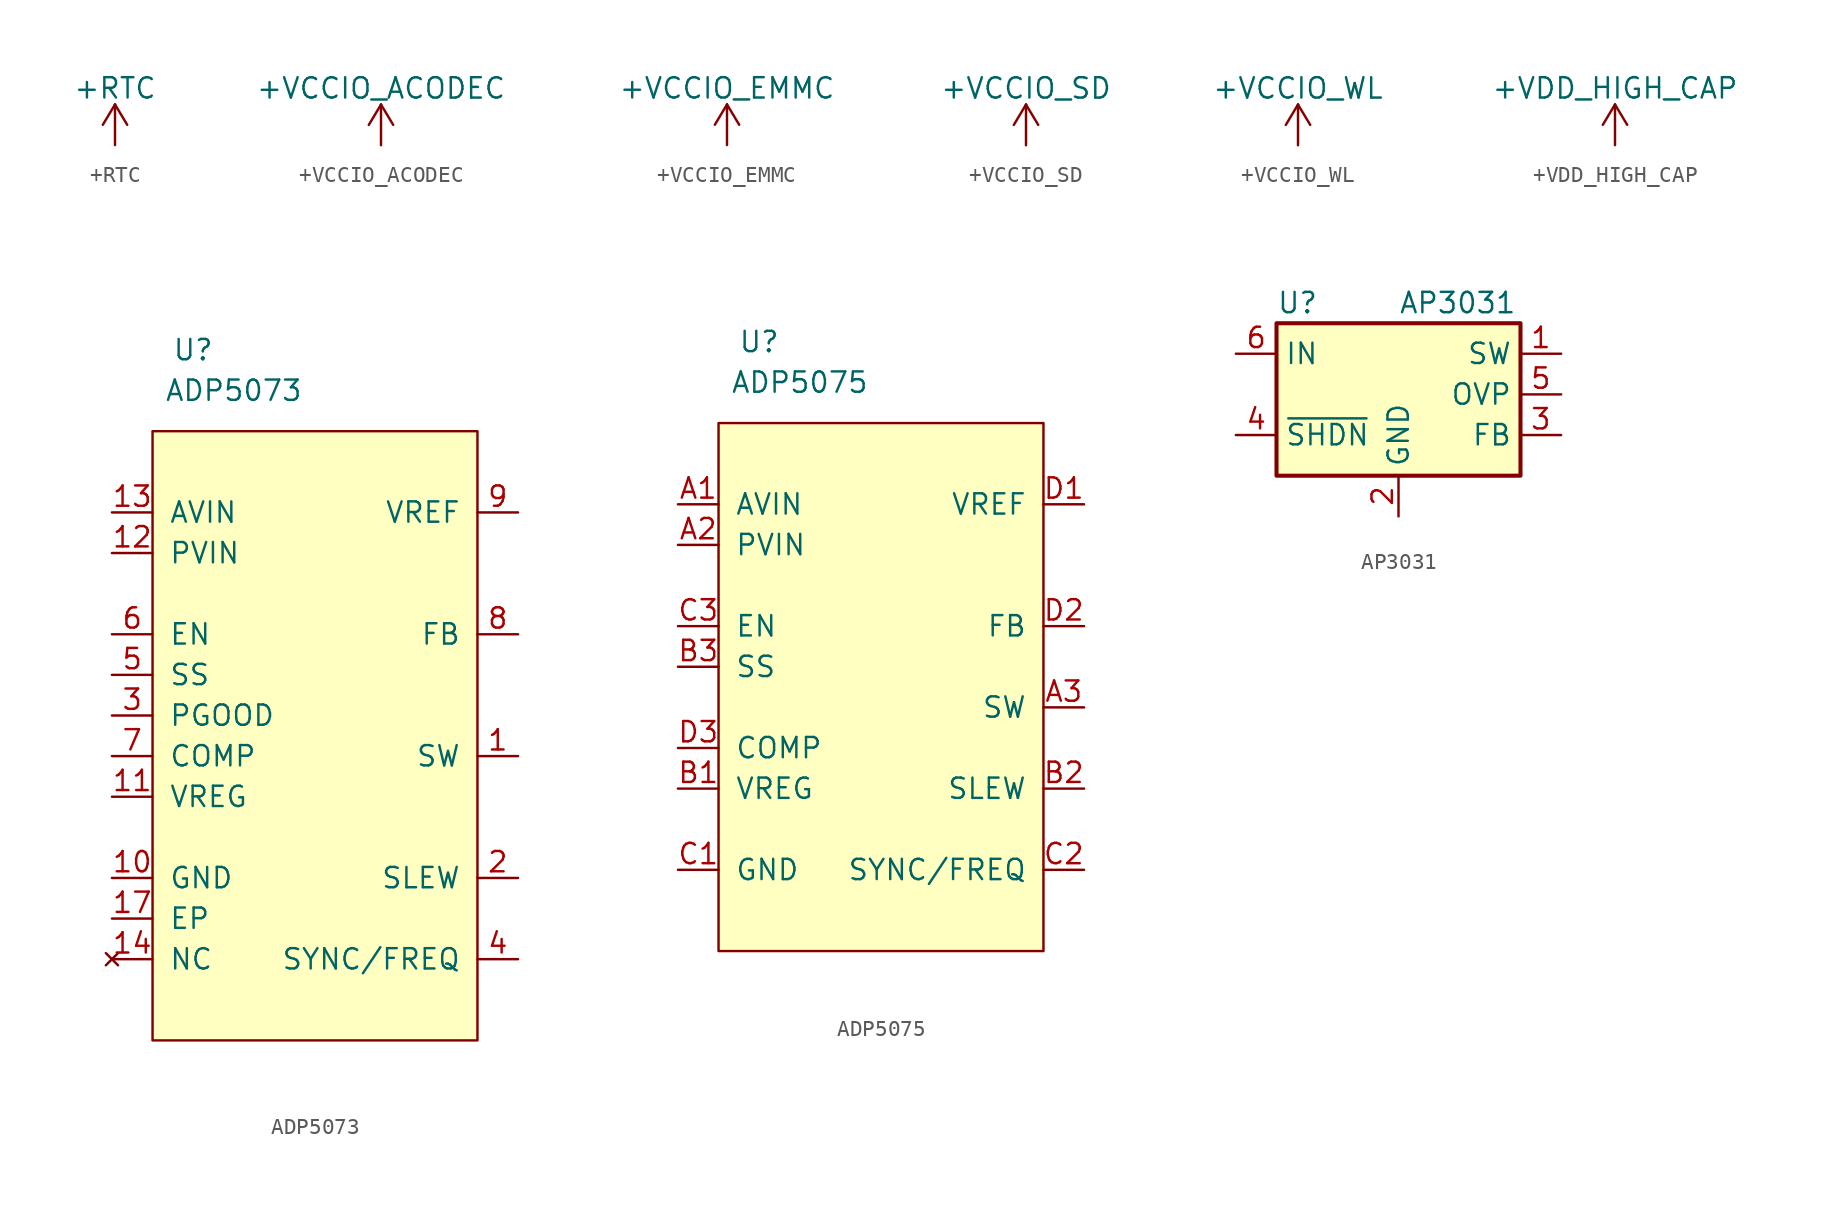
<source format=kicad_sym>
(kicad_symbol_lib
  (version 20220914)
  (generator kicad_symbol_editor)
  (symbol "+RTC"
    (power)
    (pin_names
      (offset 0))
    (property "Reference" "#PWR"
      (at 0 -3.81 0)
      (effects (font (size 1.27 1.27)) hide))
    (property "Value" "+RTC"
      (at 0 3.556 0)
      (effects (font (size 1.27 1.27))))
    (symbol "+RTC_0_1"
      (polyline (pts (xy -0.762 1.27) (xy 0 2.54)) (stroke (width 0) (type default)) (fill (type none)))
      (polyline (pts (xy 0 0) (xy 0 2.54)) (stroke (width 0) (type default)) (fill (type none)))
      (polyline (pts (xy 0 2.54) (xy 0.762 1.27)) (stroke (width 0) (type default)) (fill (type none))))
    (symbol "+RTC_1_1"
      (pin power_in line (at 0 0 90) (length 0) hide (name "+RTC" (effects (font (size 1.27 1.27)))) (number "1" (effects (font (size 1.27 1.27)))))))
  (symbol "+VCCIO_ACODEC"
    (power)
    (pin_names
      (offset 0))
    (property "Reference" "#PWR"
      (at 0 -3.81 0)
      (effects (font (size 1.27 1.27)) hide))
    (property "Value" "+VCCIO_ACODEC"
      (at 0 3.556 0)
      (effects (font (size 1.27 1.27))))
    (symbol "+VCCIO_ACODEC_0_1"
      (polyline (pts (xy -0.762 1.27) (xy 0 2.54)) (stroke (width 0) (type default)) (fill (type none)))
      (polyline (pts (xy 0 0) (xy 0 2.54)) (stroke (width 0) (type default)) (fill (type none)))
      (polyline (pts (xy 0 2.54) (xy 0.762 1.27)) (stroke (width 0) (type default)) (fill (type none))))
    (symbol "+VCCIO_ACODEC_1_1"
      (pin power_in line (at 0 0 90) (length 0) hide (name "+VCCIO_ACODEC" (effects (font (size 1.27 1.27)))) (number "1" (effects (font (size 1.27 1.27)))))))
  (symbol "+VCCIO_EMMC"
    (power)
    (pin_names
      (offset 0))
    (property "Reference" "#PWR"
      (at 0 -3.81 0)
      (effects (font (size 1.27 1.27)) hide))
    (property "Value" "+VCCIO_EMMC"
      (at 0 3.556 0)
      (effects (font (size 1.27 1.27))))
    (symbol "+VCCIO_EMMC_0_1"
      (polyline (pts (xy -0.762 1.27) (xy 0 2.54)) (stroke (width 0) (type default)) (fill (type none)))
      (polyline (pts (xy 0 0) (xy 0 2.54)) (stroke (width 0) (type default)) (fill (type none)))
      (polyline (pts (xy 0 2.54) (xy 0.762 1.27)) (stroke (width 0) (type default)) (fill (type none))))
    (symbol "+VCCIO_EMMC_1_1"
      (pin power_in line (at 0 0 90) (length 0) hide (name "+VCCIO_EMMC" (effects (font (size 1.27 1.27)))) (number "1" (effects (font (size 1.27 1.27)))))))
  (symbol "+VCCIO_SD"
    (power)
    (pin_names
      (offset 0))
    (property "Reference" "#PWR"
      (at 0 -3.81 0)
      (effects (font (size 1.27 1.27)) hide))
    (property "Value" "+VCCIO_SD"
      (at 0 3.556 0)
      (effects (font (size 1.27 1.27))))
    (symbol "+VCCIO_SD_0_1"
      (polyline (pts (xy -0.762 1.27) (xy 0 2.54)) (stroke (width 0) (type default)) (fill (type none)))
      (polyline (pts (xy 0 0) (xy 0 2.54)) (stroke (width 0) (type default)) (fill (type none)))
      (polyline (pts (xy 0 2.54) (xy 0.762 1.27)) (stroke (width 0) (type default)) (fill (type none))))
    (symbol "+VCCIO_SD_1_1"
      (pin power_in line (at 0 0 90) (length 0) hide (name "+VCCIO_SD" (effects (font (size 1.27 1.27)))) (number "1" (effects (font (size 1.27 1.27)))))))
  (symbol "+VCCIO_WL"
    (power)
    (pin_names
      (offset 0))
    (property "Reference" "#PWR"
      (at 0 -3.81 0)
      (effects (font (size 1.27 1.27)) hide))
    (property "Value" "+VCCIO_WL"
      (at 0 3.556 0)
      (effects (font (size 1.27 1.27))))
    (symbol "+VCCIO_WL_0_1"
      (polyline (pts (xy -0.762 1.27) (xy 0 2.54)) (stroke (width 0) (type default)) (fill (type none)))
      (polyline (pts (xy 0 0) (xy 0 2.54)) (stroke (width 0) (type default)) (fill (type none)))
      (polyline (pts (xy 0 2.54) (xy 0.762 1.27)) (stroke (width 0) (type default)) (fill (type none))))
    (symbol "+VCCIO_WL_1_1"
      (pin power_in line (at 0 0 90) (length 0) hide (name "+VCCIO_WL" (effects (font (size 1.27 1.27)))) (number "1" (effects (font (size 1.27 1.27)))))))
  (symbol "+VDD_HIGH_CAP"
    (power)
    (pin_names
      (offset 0))
    (property "Reference" "#PWR"
      (at 0 -3.81 0)
      (effects (font (size 1.27 1.27)) hide))
    (property "Value" "+VDD_HIGH_CAP"
      (at 0 3.556 0)
      (effects (font (size 1.27 1.27))))
    (symbol "+VDD_HIGH_CAP_0_1"
      (polyline (pts (xy -0.762 1.27) (xy 0 2.54)) (stroke (width 0) (type default)) (fill (type none)))
      (polyline (pts (xy 0 0) (xy 0 2.54)) (stroke (width 0) (type default)) (fill (type none)))
      (polyline (pts (xy 0 2.54) (xy 0.762 1.27)) (stroke (width 0) (type default)) (fill (type none))))
    (symbol "+VDD_HIGH_CAP_1_1"
      (pin power_in line (at 0 0 90) (length 0) hide (name "+VDD_HIGH_CAP" (effects (font (size 1.27 1.27)))) (number "1" (effects (font (size 1.27 1.27)))))))
  (symbol "ADP5073"
    (pin_names
      (offset 1.016))
    (property "Reference" "U"
      (at -7.62 22.86 0)
      (effects (font (size 1.27 1.27))))
    (property "Value" "ADP5073"
      (at -5.08 20.32 0)
      (effects (font (size 1.27 1.27))))
    (symbol "ADP5073_0_1"
      (rectangle (start -10.16 17.78) (end 10.16 -20.32) (stroke (width 0) (type default)) (fill (type background))))
    (symbol "ADP5073_1_1"
      (pin output line (at 12.7 -2.54 180) (length 2.54) (name "SW" (effects (font (size 1.27 1.27)))) (number "1" (effects (font (size 1.27 1.27)))))
      (pin power_in line (at -12.7 -10.16 0) (length 2.54) (name "GND" (effects (font (size 1.27 1.27)))) (number "10" (effects (font (size 1.27 1.27)))))
      (pin power_out line (at -12.7 -5.08 0) (length 2.54) (name "VREG" (effects (font (size 1.27 1.27)))) (number "11" (effects (font (size 1.27 1.27)))))
      (pin power_in line (at -12.7 10.16 0) (length 2.54) (name "PVIN" (effects (font (size 1.27 1.27)))) (number "12" (effects (font (size 1.27 1.27)))))
      (pin power_in line (at -12.7 12.7 0) (length 2.54) (name "AVIN" (effects (font (size 1.27 1.27)))) (number "13" (effects (font (size 1.27 1.27)))))
      (pin no_connect line (at -12.7 -15.24 0) (length 2.54) (name "NC" (effects (font (size 1.27 1.27)))) (number "14" (effects (font (size 1.27 1.27)))))
      (pin no_connect line (at -12.7 -15.24 0) (length 2.54) hide (name "NC" (effects (font (size 1.27 1.27)))) (number "15" (effects (font (size 1.27 1.27)))))
      (pin no_connect line (at -12.7 -15.24 0) (length 2.54) hide (name "NC" (effects (font (size 1.27 1.27)))) (number "16" (effects (font (size 1.27 1.27)))))
      (pin power_in line (at -12.7 -12.7 0) (length 2.54) (name "EP" (effects (font (size 1.27 1.27)))) (number "17" (effects (font (size 1.27 1.27)))))
      (pin output line (at 12.7 -10.16 180) (length 2.54) (name "SLEW" (effects (font (size 1.27 1.27)))) (number "2" (effects (font (size 1.27 1.27)))))
      (pin output line (at -12.7 0 0) (length 2.54) (name "PGOOD" (effects (font (size 1.27 1.27)))) (number "3" (effects (font (size 1.27 1.27)))))
      (pin input line (at 12.7 -15.24 180) (length 2.54) (name "SYNC/FREQ" (effects (font (size 1.27 1.27)))) (number "4" (effects (font (size 1.27 1.27)))))
      (pin input line (at -12.7 2.54 0) (length 2.54) (name "SS" (effects (font (size 1.27 1.27)))) (number "5" (effects (font (size 1.27 1.27)))))
      (pin input line (at -12.7 5.08 0) (length 2.54) (name "EN" (effects (font (size 1.27 1.27)))) (number "6" (effects (font (size 1.27 1.27)))))
      (pin input line (at -12.7 -2.54 0) (length 2.54) (name "COMP" (effects (font (size 1.27 1.27)))) (number "7" (effects (font (size 1.27 1.27)))))
      (pin input line (at 12.7 5.08 180) (length 2.54) (name "FB" (effects (font (size 1.27 1.27)))) (number "8" (effects (font (size 1.27 1.27)))))
      (pin power_out line (at 12.7 12.7 180) (length 2.54) (name "VREF" (effects (font (size 1.27 1.27)))) (number "9" (effects (font (size 1.27 1.27)))))))
  (symbol "ADP5075"
    (pin_names
      (offset 1.016))
    (property "Reference" "U"
      (at -7.62 22.86 0)
      (effects (font (size 1.27 1.27))))
    (property "Value" "ADP5075"
      (at -5.08 20.32 0)
      (effects (font (size 1.27 1.27))))
    (symbol "ADP5075_0_1"
      (rectangle (start -10.16 17.78) (end 10.16 -15.24) (stroke (width 0) (type default)) (fill (type background))))
    (symbol "ADP5075_1_1"
      (pin power_in line (at -12.7 12.7 0) (length 2.54) (name "AVIN" (effects (font (size 1.27 1.27)))) (number "A1" (effects (font (size 1.27 1.27)))))
      (pin power_in line (at -12.7 10.16 0) (length 2.54) (name "PVIN" (effects (font (size 1.27 1.27)))) (number "A2" (effects (font (size 1.27 1.27)))))
      (pin output line (at 12.7 0 180) (length 2.54) (name "SW" (effects (font (size 1.27 1.27)))) (number "A3" (effects (font (size 1.27 1.27)))))
      (pin power_out line (at -12.7 -5.08 0) (length 2.54) (name "VREG" (effects (font (size 1.27 1.27)))) (number "B1" (effects (font (size 1.27 1.27)))))
      (pin output line (at 12.7 -5.08 180) (length 2.54) (name "SLEW" (effects (font (size 1.27 1.27)))) (number "B2" (effects (font (size 1.27 1.27)))))
      (pin input line (at -12.7 2.54 0) (length 2.54) (name "SS" (effects (font (size 1.27 1.27)))) (number "B3" (effects (font (size 1.27 1.27)))))
      (pin power_in line (at -12.7 -10.16 0) (length 2.54) (name "GND" (effects (font (size 1.27 1.27)))) (number "C1" (effects (font (size 1.27 1.27)))))
      (pin input line (at 12.7 -10.16 180) (length 2.54) (name "SYNC/FREQ" (effects (font (size 1.27 1.27)))) (number "C2" (effects (font (size 1.27 1.27)))))
      (pin input line (at -12.7 5.08 0) (length 2.54) (name "EN" (effects (font (size 1.27 1.27)))) (number "C3" (effects (font (size 1.27 1.27)))))
      (pin power_out line (at 12.7 12.7 180) (length 2.54) (name "VREF" (effects (font (size 1.27 1.27)))) (number "D1" (effects (font (size 1.27 1.27)))))
      (pin input line (at 12.7 5.08 180) (length 2.54) (name "FB" (effects (font (size 1.27 1.27)))) (number "D2" (effects (font (size 1.27 1.27)))))
      (pin input line (at -12.7 -2.54 0) (length 2.54) (name "COMP" (effects (font (size 1.27 1.27)))) (number "D3" (effects (font (size 1.27 1.27)))))))
  (symbol "AP3031"
    (property "Reference" "U"
      (at -7.62 5.715 0)
      (effects (font (size 1.27 1.27)) (justify left)))
    (property "Value" "AP3031"
      (at 0 5.715 0)
      (effects (font (size 1.27 1.27)) (justify left)))
    (symbol "AP3031_0_1"
      (rectangle (start -7.62 4.445) (end 7.62 -5.08) (stroke (width 0.254) (type default)) (fill (type background))))
    (symbol "AP3031_1_1"
      (pin passive line (at 10.16 2.54 180) (length 2.54) (name "SW" (effects (font (size 1.27 1.27)))) (number "1" (effects (font (size 1.27 1.27)))))
      (pin power_in line (at 0 -7.62 90) (length 2.54) (name "GND" (effects (font (size 1.27 1.27)))) (number "2" (effects (font (size 1.27 1.27)))))
      (pin input line (at 10.16 -2.54 180) (length 2.54) (name "FB" (effects (font (size 1.27 1.27)))) (number "3" (effects (font (size 1.27 1.27)))))
      (pin input line (at -10.16 -2.54 0) (length 2.54) (name "~{SHDN}" (effects (font (size 1.27 1.27)))) (number "4" (effects (font (size 1.27 1.27)))))
      (pin input line (at 10.16 0 180) (length 2.54) (name "OVP" (effects (font (size 1.27 1.27)))) (number "5" (effects (font (size 1.27 1.27)))))
      (pin power_in line (at -10.16 2.54 0) (length 2.54) (name "IN" (effects (font (size 1.27 1.27)))) (number "6" (effects (font (size 1.27 1.27))))))))
</source>
